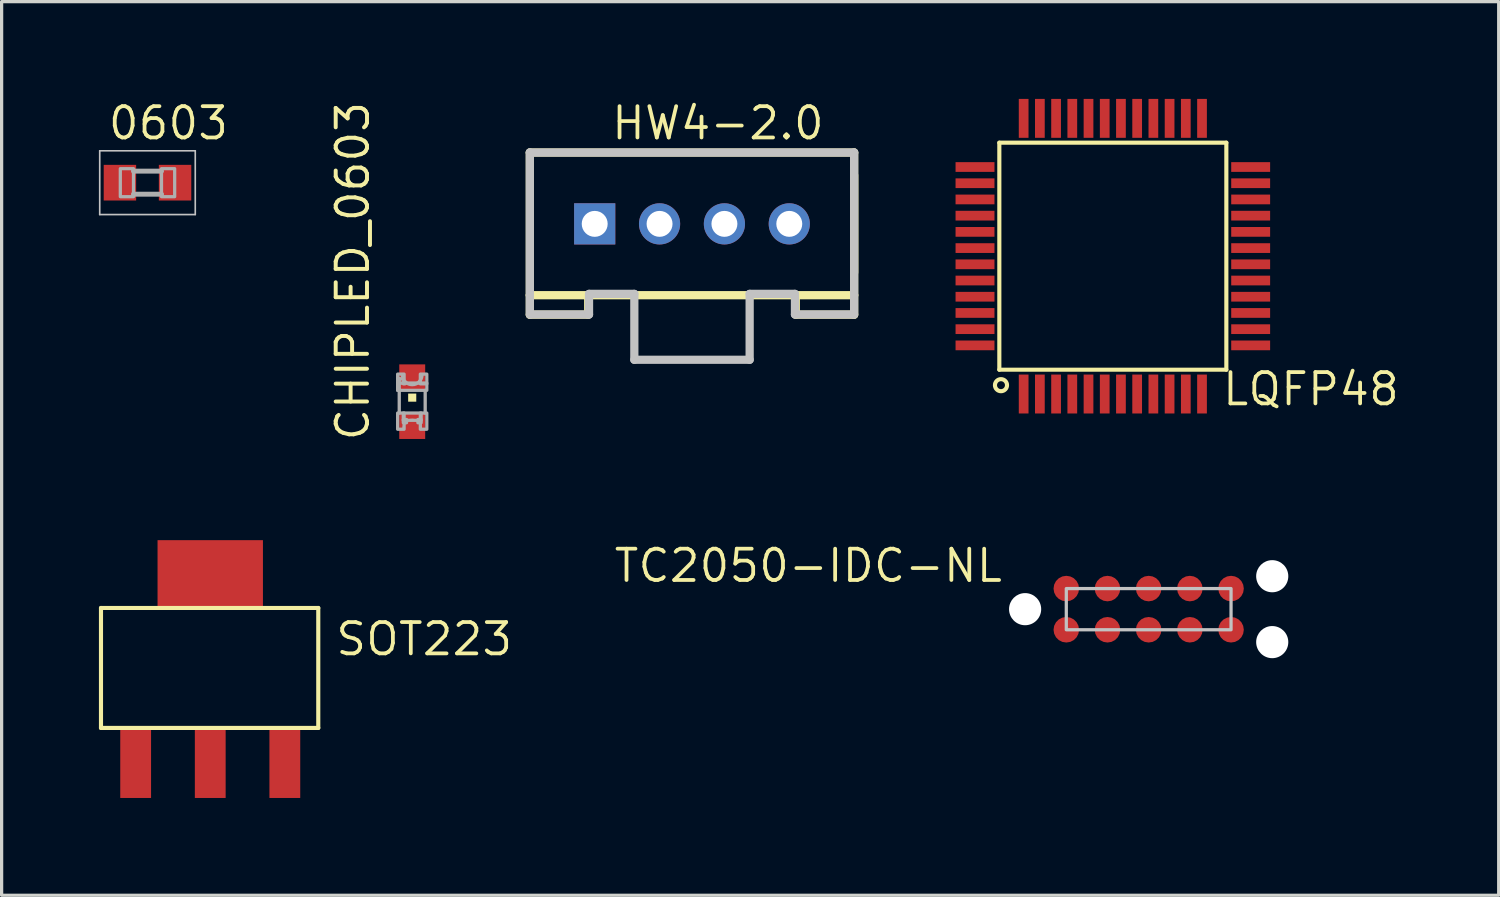
<source format=kicad_pcb>
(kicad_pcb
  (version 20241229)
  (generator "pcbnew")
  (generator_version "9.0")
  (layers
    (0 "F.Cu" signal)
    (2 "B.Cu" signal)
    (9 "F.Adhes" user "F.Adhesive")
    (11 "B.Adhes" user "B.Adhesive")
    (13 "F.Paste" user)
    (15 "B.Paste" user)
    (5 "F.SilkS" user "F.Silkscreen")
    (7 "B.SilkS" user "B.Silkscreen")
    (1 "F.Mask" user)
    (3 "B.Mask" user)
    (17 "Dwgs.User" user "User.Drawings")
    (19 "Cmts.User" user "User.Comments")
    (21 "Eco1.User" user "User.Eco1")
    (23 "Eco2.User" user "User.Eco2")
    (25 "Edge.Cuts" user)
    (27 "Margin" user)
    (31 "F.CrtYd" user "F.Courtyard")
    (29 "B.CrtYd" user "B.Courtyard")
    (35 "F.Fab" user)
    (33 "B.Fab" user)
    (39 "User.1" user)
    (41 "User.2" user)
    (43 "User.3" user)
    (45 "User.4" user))
  (footprint "HW4-2.0"
    (layer "F.Cu")
    (at 18.288 3.853)
    (property "Reference" "HW4-2.0" (at -2.54 -2.54 180) (layer "F.SilkS") (effects (font (size 0.965 0.965) (thickness 0.116)) (justify left bottom)))
    (attr through_hole)
    (fp_line (start -5 -2.2) (end -5 2.2) (stroke (width 0.254) (type solid)) (layer "F.SilkS"))
    (fp_line (start -5 -2.2) (end 5 -2.2) (stroke (width 0.254) (type solid)) (layer "F.SilkS"))
    (fp_line (start -5 -1) (end -5 1) (stroke (width 0.127) (type solid)) (layer "F.SilkS"))
    (fp_line (start -5 2.2) (end -5 2.8) (stroke (width 0.254) (type solid)) (layer "F.SilkS"))
    (fp_line (start -5 2.2) (end -3.2 2.2) (stroke (width 0.254) (type solid)) (layer "F.SilkS"))
    (fp_line (start -5 2.8) (end -3.2 2.8) (stroke (width 0.254) (type solid)) (layer "F.SilkS"))
    (fp_line (start -3.2 2.2) (end 3.2 2.2) (stroke (width 0.254) (type solid)) (layer "F.SilkS"))
    (fp_line (start -3.2 2.8) (end -3.2 2.2) (stroke (width 0.254) (type solid)) (layer "F.SilkS"))
    (fp_line (start 3.2 2.2) (end 3.2 2.8) (stroke (width 0.254) (type solid)) (layer "F.SilkS"))
    (fp_line (start 3.2 2.2) (end 5 2.2) (stroke (width 0.254) (type solid)) (layer "F.SilkS"))
    (fp_line (start 3.2 2.8) (end 5 2.8) (stroke (width 0.254) (type solid)) (layer "F.SilkS"))
    (fp_line (start 5 -1.5) (end 5 1.5) (stroke (width 0.254) (type solid)) (layer "F.SilkS"))
    (fp_line (start 5 2.2) (end 5 -2.2) (stroke (width 0.254) (type solid)) (layer "F.SilkS"))
    (fp_line (start 5 2.8) (end 5 2.2) (stroke (width 0.254) (type solid)) (layer "F.SilkS"))
    (fp_line (start -5 -2.2) (end 5 -2.2) (stroke (width 0.254) (type solid)) (layer "Dwgs.User"))
    (fp_line (start -5 2.8) (end -5 -2.2) (stroke (width 0.254) (type solid)) (layer "Dwgs.User"))
    (fp_line (start -4.953 2.794) (end -3.175 2.794) (stroke (width 0.254) (type solid)) (layer "Dwgs.User"))
    (fp_line (start -3.175 2.159) (end -1.778 2.159) (stroke (width 0.254) (type solid)) (layer "Dwgs.User"))
    (fp_line (start -3.175 2.794) (end -3.175 2.159) (stroke (width 0.254) (type solid)) (layer "Dwgs.User"))
    (fp_line (start -1.778 2.159) (end -1.778 4.191) (stroke (width 0.254) (type solid)) (layer "Dwgs.User"))
    (fp_line (start -1.778 4.191) (end 1.778 4.191) (stroke (width 0.254) (type solid)) (layer "Dwgs.User"))
    (fp_line (start 1.778 2.159) (end 3.175 2.159) (stroke (width 0.254) (type solid)) (layer "Dwgs.User"))
    (fp_line (start 1.778 4.191) (end 1.778 2.159) (stroke (width 0.254) (type solid)) (layer "Dwgs.User"))
    (fp_line (start 3.175 2.159) (end 3.175 2.794) (stroke (width 0.254) (type solid)) (layer "Dwgs.User"))
    (fp_line (start 3.175 2.794) (end 4.953 2.794) (stroke (width 0.254) (type solid)) (layer "Dwgs.User"))
    (fp_line (start 5 -2.2) (end 5 2.8) (stroke (width 0.254) (type solid)) (layer "Dwgs.User"))
    (pad "1" thru_hole rect (at -3 0) (size 1.27 1.27) (drill 0.8) (layers "*.Cu" "*.Mask"))
    (pad "2" thru_hole circle (at -1 0) (size 1.27 1.27) (drill 0.8) (layers "*.Cu" "*.Mask"))
    (pad "3" thru_hole circle (at 1 0) (size 1.27 1.27) (drill 0.8) (layers "*.Cu" "*.Mask"))
    (pad "4" thru_hole circle (at 3 0) (size 1.27 1.27) (drill 0.8) (layers "*.Cu" "*.Mask")))
  (footprint "CHIPLED_0603"
    (layer "F.Cu")
    (at 9.661 9.336)
    (property "Reference" "CHIPLED_0603" (at -1.27 1.27 90) (layer "F.SilkS") (effects (font (size 0.965 0.965) (thickness 0.122)) (justify left bottom)))
    (attr through_hole)
    (fp_poly (pts (xy -0.125 0) (xy 0.125 0) (xy 0.125 -0.25) (xy -0.125 -0.25)) (stroke (width 0) (type solid)) (fill yes) (layer "F.SilkS"))
    (fp_line (start -0.4 -0.375) (end -0.4 0.35) (stroke (width 0.102) (type solid)) (layer "F.Fab"))
    (fp_line (start 0.4 -0.35) (end 0.4 0.35) (stroke (width 0.102) (type solid)) (layer "F.Fab"))
    (fp_arc (start -0.275 0.825) (mid 0 0.55) (end 0.275 0.825) (stroke (width 0.0508) (type solid)) (layer "F.Fab"))
    (fp_arc (start 0.3 -0.799998) (mid -0.000001 -0.524966) (end -0.3 -0.8) (stroke (width 0.1016) (type solid)) (layer "F.Fab"))
    (fp_circle (center -0.35 -0.625) (end -0.275 -0.625) (stroke (width 0.051) (type solid)) (fill no) (layer "F.Fab"))
    (fp_poly (pts (xy -0.45 -0.7) (xy -0.25 -0.7) (xy -0.25 -0.85) (xy -0.45 -0.85)) (stroke (width 0.1) (type solid)) (fill no) (layer "F.Fab"))
    (fp_poly (pts (xy -0.45 -0.35) (xy -0.4 -0.35) (xy -0.4 -0.725) (xy -0.45 -0.725)) (stroke (width 0.1) (type solid)) (fill no) (layer "F.Fab"))
    (fp_poly (pts (xy -0.45 -0.35) (xy 0.45 -0.35) (xy 0.45 -0.575) (xy -0.45 -0.575)) (stroke (width 0.1) (type solid)) (fill no) (layer "F.Fab"))
    (fp_poly (pts (xy -0.45 0.85) (xy -0.25 0.85) (xy -0.25 0.35) (xy -0.45 0.35)) (stroke (width 0.1) (type solid)) (fill no) (layer "F.Fab"))
    (fp_poly (pts (xy -0.275 -0.55) (xy -0.225 -0.55) (xy -0.225 -0.6) (xy -0.275 -0.6)) (stroke (width 0.1) (type solid)) (fill no) (layer "F.Fab"))
    (fp_poly (pts (xy -0.275 0.575) (xy 0.275 0.575) (xy 0.275 0.35) (xy -0.275 0.35)) (stroke (width 0.1) (type solid)) (fill no) (layer "F.Fab"))
    (fp_poly (pts (xy -0.275 0.65) (xy -0.175 0.65) (xy -0.175 0.55) (xy -0.275 0.55)) (stroke (width 0.1) (type solid)) (fill no) (layer "F.Fab"))
    (fp_poly (pts (xy 0.175 0.65) (xy 0.275 0.65) (xy 0.275 0.55) (xy 0.175 0.55)) (stroke (width 0.1) (type solid)) (fill no) (layer "F.Fab"))
    (fp_poly (pts (xy 0.25 -0.55) (xy 0.45 -0.55) (xy 0.45 -0.85) (xy 0.25 -0.85)) (stroke (width 0.1) (type solid)) (fill no) (layer "F.Fab"))
    (fp_poly (pts (xy 0.25 0.85) (xy 0.45 0.85) (xy 0.45 0.35) (xy 0.25 0.35)) (stroke (width 0.1) (type solid)) (fill no) (layer "F.Fab"))
    (pad "A" smd rect (at 0 0.75) (size 0.8 0.8) (layers "F.Cu" "F.Mask" "F.Paste"))
    (pad "C" smd rect (at 0 -0.75) (size 0.8 0.8) (layers "F.Cu" "F.Mask" "F.Paste")))
  (footprint "TC2050-IDC-NL"
    (layer "F.Cu")
    (at 32.37 15.734)
    (property "Reference" "TC2050-IDC-NL" (at -4.445 -1.905 180) (layer "F.SilkS") (effects (font (size 0.965 0.965) (thickness 0.116)) (justify right top)))
    (attr through_hole)
    (fp_poly (pts (xy -2.54 0.635) (xy 2.54 0.635) (xy 2.54 -0.635) (xy -2.54 -0.635)) (stroke (width 0.1) (type solid)) (fill no) (layer "Dwgs.User"))
    (pad "" np_thru_hole circle (at -3.81 0) (size 0.991 0.991) (drill 0.991) (layers "*.Cu" "*.Mask"))
    (pad "" np_thru_hole circle (at 3.81 -1.016) (size 0.991 0.991) (drill 0.991) (layers "*.Cu" "*.Mask"))
    (pad "" np_thru_hole circle (at 3.81 1.016) (size 0.991 0.991) (drill 0.991) (layers "*.Cu" "*.Mask"))
    (pad "1" smd roundrect (at -2.54 0.635) (size 0.787 0.787) (layers "F.Cu" "F.Mask" "F.Paste") (roundrect_rratio 0.5))
    (pad "2" smd roundrect (at -1.27 0.635) (size 0.787 0.787) (layers "F.Cu" "F.Mask" "F.Paste") (roundrect_rratio 0.5))
    (pad "3" smd roundrect (at 0 0.635) (size 0.787 0.787) (layers "F.Cu" "F.Mask" "F.Paste") (roundrect_rratio 0.5))
    (pad "4" smd roundrect (at 1.27 0.635) (size 0.787 0.787) (layers "F.Cu" "F.Mask" "F.Paste") (roundrect_rratio 0.5))
    (pad "5" smd roundrect (at 2.54 0.635) (size 0.787 0.787) (layers "F.Cu" "F.Mask" "F.Paste") (roundrect_rratio 0.5))
    (pad "6" smd roundrect (at 2.54 -0.635) (size 0.787 0.787) (layers "F.Cu" "F.Mask" "F.Paste") (roundrect_rratio 0.5))
    (pad "7" smd roundrect (at 1.27 -0.635) (size 0.787 0.787) (layers "F.Cu" "F.Mask" "F.Paste") (roundrect_rratio 0.5))
    (pad "8" smd roundrect (at 0 -0.635) (size 0.787 0.787) (layers "F.Cu" "F.Mask" "F.Paste") (roundrect_rratio 0.5))
    (pad "9" smd roundrect (at -1.27 -0.635) (size 0.787 0.787) (layers "F.Cu" "F.Mask" "F.Paste") (roundrect_rratio 0.5))
    (pad "10" smd roundrect (at -2.54 -0.635) (size 0.787 0.787) (layers "F.Cu" "F.Mask" "F.Paste") (roundrect_rratio 0.5)))
  (footprint "LQFP48"
    (layer "F.Cu")
    (at 28.515 9.1)
    (property "Reference" "LQFP48" (at 6.071 0.413 0) (layer "F.SilkS") (effects (font (size 0.965 0.965) (thickness 0.116)) (justify left bottom)))
    (attr through_hole)
    (fp_line (start -0.75 -7.75) (end -0.75 -0.75) (stroke (width 0.127) (type solid)) (layer "F.SilkS"))
    (fp_line (start -0.75 -0.75) (end 6.25 -0.75) (stroke (width 0.127) (type solid)) (layer "F.SilkS"))
    (fp_line (start 6.25 -7.75) (end -0.75 -7.75) (stroke (width 0.127) (type solid)) (layer "F.SilkS"))
    (fp_line (start 6.25 -0.75) (end 6.25 -7.75) (stroke (width 0.127) (type solid)) (layer "F.SilkS"))
    (fp_circle (center -0.699 -0.273) (end -0.513 -0.273) (stroke (width 0.127) (type solid)) (fill no) (layer "F.SilkS"))
    (pad "1" smd rect (at 0 0 90) (size 1.2 0.3) (layers "F.Cu" "F.Mask" "F.Paste"))
    (pad "2" smd rect (at 0.5 0 90) (size 1.2 0.3) (layers "F.Cu" "F.Mask" "F.Paste"))
    (pad "3" smd rect (at 1 0 90) (size 1.2 0.3) (layers "F.Cu" "F.Mask" "F.Paste"))
    (pad "4" smd rect (at 1.5 0 90) (size 1.2 0.3) (layers "F.Cu" "F.Mask" "F.Paste"))
    (pad "5" smd rect (at 2 0 90) (size 1.2 0.3) (layers "F.Cu" "F.Mask" "F.Paste"))
    (pad "6" smd rect (at 2.5 0 90) (size 1.2 0.3) (layers "F.Cu" "F.Mask" "F.Paste"))
    (pad "7" smd rect (at 3 0 90) (size 1.2 0.3) (layers "F.Cu" "F.Mask" "F.Paste"))
    (pad "8" smd rect (at 3.5 0 90) (size 1.2 0.3) (layers "F.Cu" "F.Mask" "F.Paste"))
    (pad "9" smd rect (at 4 0 90) (size 1.2 0.3) (layers "F.Cu" "F.Mask" "F.Paste"))
    (pad "10" smd rect (at 4.5 0 90) (size 1.2 0.3) (layers "F.Cu" "F.Mask" "F.Paste"))
    (pad "11" smd rect (at 5 0 90) (size 1.2 0.3) (layers "F.Cu" "F.Mask" "F.Paste"))
    (pad "12" smd rect (at 5.5 0 90) (size 1.2 0.3) (layers "F.Cu" "F.Mask" "F.Paste"))
    (pad "13" smd rect (at 7 -1.5 180) (size 1.2 0.3) (layers "F.Cu" "F.Mask" "F.Paste"))
    (pad "14" smd rect (at 7 -2 180) (size 1.2 0.3) (layers "F.Cu" "F.Mask" "F.Paste"))
    (pad "15" smd rect (at 7 -2.5 180) (size 1.2 0.3) (layers "F.Cu" "F.Mask" "F.Paste"))
    (pad "16" smd rect (at 7 -3 180) (size 1.2 0.3) (layers "F.Cu" "F.Mask" "F.Paste"))
    (pad "17" smd rect (at 7 -3.5 180) (size 1.2 0.3) (layers "F.Cu" "F.Mask" "F.Paste"))
    (pad "18" smd rect (at 7 -4 180) (size 1.2 0.3) (layers "F.Cu" "F.Mask" "F.Paste"))
    (pad "19" smd rect (at 7 -4.5 180) (size 1.2 0.3) (layers "F.Cu" "F.Mask" "F.Paste"))
    (pad "20" smd rect (at 7 -5 180) (size 1.2 0.3) (layers "F.Cu" "F.Mask" "F.Paste"))
    (pad "21" smd rect (at 7 -5.5 180) (size 1.2 0.3) (layers "F.Cu" "F.Mask" "F.Paste"))
    (pad "22" smd rect (at 7 -6 180) (size 1.2 0.3) (layers "F.Cu" "F.Mask" "F.Paste"))
    (pad "23" smd rect (at 7 -6.5 180) (size 1.2 0.3) (layers "F.Cu" "F.Mask" "F.Paste"))
    (pad "24" smd rect (at 7 -7 180) (size 1.2 0.3) (layers "F.Cu" "F.Mask" "F.Paste"))
    (pad "25" smd rect (at 5.5 -8.5 90) (size 1.2 0.3) (layers "F.Cu" "F.Mask" "F.Paste"))
    (pad "26" smd rect (at 5 -8.5 90) (size 1.2 0.3) (layers "F.Cu" "F.Mask" "F.Paste"))
    (pad "27" smd rect (at 4.5 -8.5 90) (size 1.2 0.3) (layers "F.Cu" "F.Mask" "F.Paste"))
    (pad "28" smd rect (at 4 -8.5 90) (size 1.2 0.3) (layers "F.Cu" "F.Mask" "F.Paste"))
    (pad "29" smd rect (at 3.5 -8.5 90) (size 1.2 0.3) (layers "F.Cu" "F.Mask" "F.Paste"))
    (pad "30" smd rect (at 3 -8.5 90) (size 1.2 0.3) (layers "F.Cu" "F.Mask" "F.Paste"))
    (pad "31" smd rect (at 2.5 -8.5 90) (size 1.2 0.3) (layers "F.Cu" "F.Mask" "F.Paste"))
    (pad "32" smd rect (at 2 -8.5 90) (size 1.2 0.3) (layers "F.Cu" "F.Mask" "F.Paste"))
    (pad "33" smd rect (at 1.5 -8.5 90) (size 1.2 0.3) (layers "F.Cu" "F.Mask" "F.Paste"))
    (pad "34" smd rect (at 1 -8.5 90) (size 1.2 0.3) (layers "F.Cu" "F.Mask" "F.Paste"))
    (pad "35" smd rect (at 0.5 -8.5 90) (size 1.2 0.3) (layers "F.Cu" "F.Mask" "F.Paste"))
    (pad "36" smd rect (at 0 -8.5 90) (size 1.2 0.3) (layers "F.Cu" "F.Mask" "F.Paste"))
    (pad "37" smd rect (at -1.5 -7) (size 1.2 0.3) (layers "F.Cu" "F.Mask" "F.Paste"))
    (pad "38" smd rect (at -1.5 -6.5) (size 1.2 0.3) (layers "F.Cu" "F.Mask" "F.Paste"))
    (pad "39" smd rect (at -1.5 -6) (size 1.2 0.3) (layers "F.Cu" "F.Mask" "F.Paste"))
    (pad "40" smd rect (at -1.5 -5.5) (size 1.2 0.3) (layers "F.Cu" "F.Mask" "F.Paste"))
    (pad "41" smd rect (at -1.5 -5) (size 1.2 0.3) (layers "F.Cu" "F.Mask" "F.Paste"))
    (pad "42" smd rect (at -1.5 -4.5) (size 1.2 0.3) (layers "F.Cu" "F.Mask" "F.Paste"))
    (pad "43" smd rect (at -1.5 -4) (size 1.2 0.3) (layers "F.Cu" "F.Mask" "F.Paste"))
    (pad "44" smd rect (at -1.5 -3.5) (size 1.2 0.3) (layers "F.Cu" "F.Mask" "F.Paste"))
    (pad "45" smd rect (at -1.5 -3) (size 1.2 0.3) (layers "F.Cu" "F.Mask" "F.Paste"))
    (pad "46" smd rect (at -1.5 -2.5) (size 1.2 0.3) (layers "F.Cu" "F.Mask" "F.Paste"))
    (pad "47" smd rect (at -1.5 -2) (size 1.2 0.3) (layers "F.Cu" "F.Mask" "F.Paste"))
    (pad "48" smd rect (at -1.5 -1.5) (size 1.2 0.3) (layers "F.Cu" "F.Mask" "F.Paste")))
  (footprint "0603"
    (layer "F.Cu")
    (at 1.498 2.583)
    (property "Reference" "0603" (at -1.27 -1.27 180) (layer "F.SilkS") (effects (font (size 0.965 0.965) (thickness 0.116)) (justify left bottom)))
    (attr through_hole)
    (fp_line (start -1.473 -0.983) (end 1.473 -0.983) (stroke (width 0.051) (type solid)) (layer "Dwgs.User"))
    (fp_line (start -1.473 0.983) (end -1.473 -0.983) (stroke (width 0.051) (type solid)) (layer "Dwgs.User"))
    (fp_line (start 1.473 -0.983) (end 1.473 0.983) (stroke (width 0.051) (type solid)) (layer "Dwgs.User"))
    (fp_line (start 1.473 0.983) (end -1.473 0.983) (stroke (width 0.051) (type solid)) (layer "Dwgs.User"))
    (fp_line (start -0.432 0.356) (end 0.432 0.356) (stroke (width 0.152) (type solid)) (layer "F.Fab"))
    (fp_line (start 0.432 -0.356) (end -0.432 -0.356) (stroke (width 0.152) (type solid)) (layer "F.Fab"))
    (fp_poly (pts (xy -0.838 0.432) (xy -0.432 0.432) (xy -0.432 -0.432) (xy -0.838 -0.432)) (stroke (width 0.1) (type solid)) (fill no) (layer "F.Fab"))
    (fp_poly (pts (xy 0.432 0.432) (xy 0.838 0.432) (xy 0.838 -0.432) (xy 0.432 -0.432)) (stroke (width 0.1) (type solid)) (fill no) (layer "F.Fab"))
    (pad "1" smd rect (at -0.85 0) (size 1 1.1) (layers "F.Cu" "F.Mask" "F.Paste"))
    (pad "2" smd rect (at 0.85 0) (size 1 1.1) (layers "F.Cu" "F.Mask" "F.Paste")))
  (footprint "SOT223"
    (layer "F.Cu")
    (at 3.433 14.681)
    (property "Reference" "SOT223" (at 3.81 2.54 180) (layer "F.SilkS") (effects (font (size 0.965 0.965) (thickness 0.116)) (justify left bottom)))
    (attr through_hole)
    (fp_line (start -3.369 1.016) (end 3.331 1.016) (stroke (width 0.127) (type solid)) (layer "F.SilkS"))
    (fp_line (start -3.369 4.716) (end -3.369 1.016) (stroke (width 0.127) (type solid)) (layer "F.SilkS"))
    (fp_line (start 3.331 1.016) (end 3.331 4.716) (stroke (width 0.127) (type solid)) (layer "F.SilkS"))
    (fp_line (start 3.331 4.716) (end -3.369 4.716) (stroke (width 0.127) (type solid)) (layer "F.SilkS"))
    (pad "GND" smd rect (at -2.3 5.8) (size 0.95 2.15) (layers "F.Cu" "F.Mask" "F.Paste"))
    (pad "IN" smd rect (at 2.3 5.8) (size 0.95 2.15) (layers "F.Cu" "F.Mask" "F.Paste"))
    (pad "OUT(1)" smd rect (at 0 5.8) (size 0.95 2.15) (layers "F.Cu" "F.Mask" "F.Paste"))
    (pad "OUT(2)" smd rect (at 0 0) (size 3.25 2.15) (layers "F.Cu" "F.Mask" "F.Paste")))
  (gr_rect
    (start -3 -3)
    (end 43.163 24.556)
    (stroke (width 0.1) (type default))
    (fill no)
    (layer "Edge.Cuts")))
</source>
